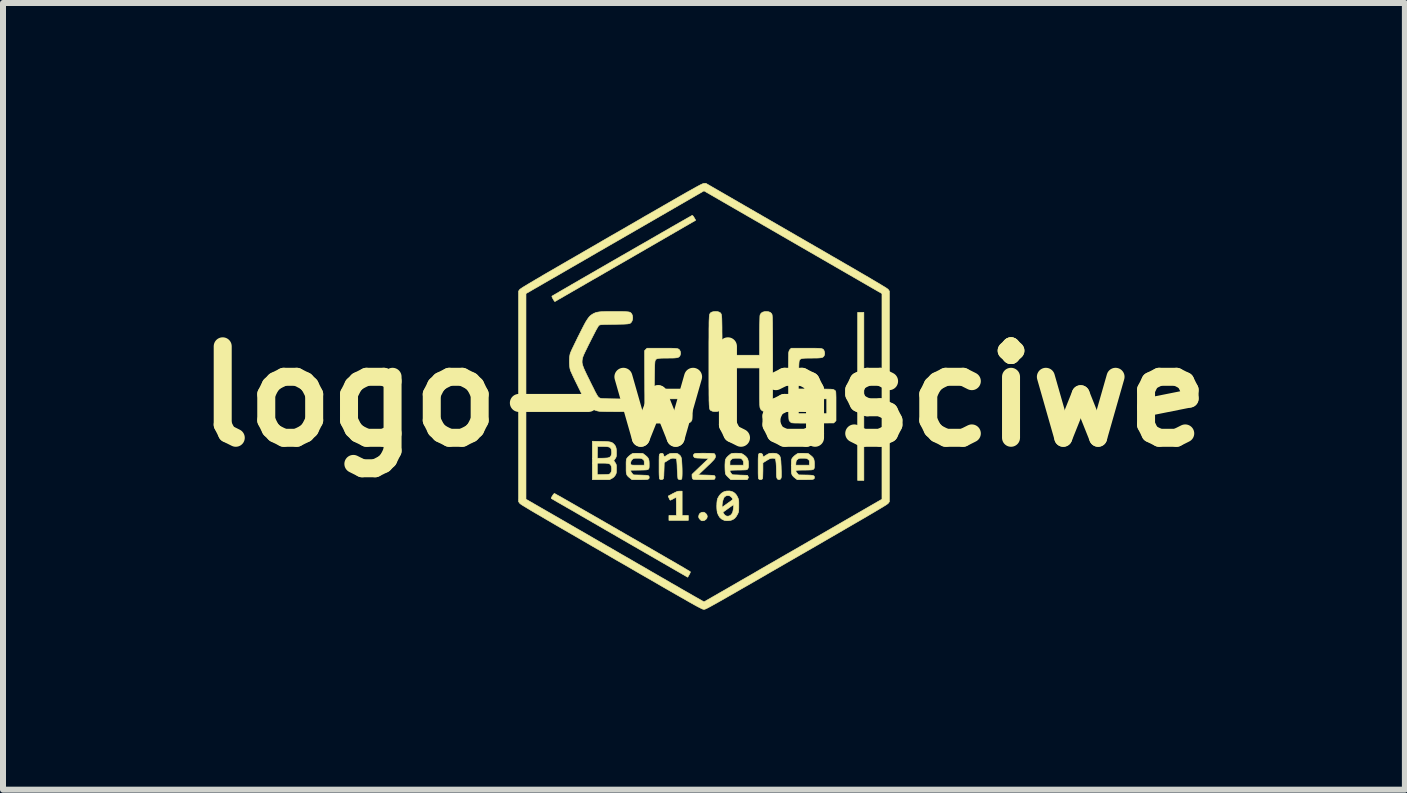
<source format=kicad_pcb>
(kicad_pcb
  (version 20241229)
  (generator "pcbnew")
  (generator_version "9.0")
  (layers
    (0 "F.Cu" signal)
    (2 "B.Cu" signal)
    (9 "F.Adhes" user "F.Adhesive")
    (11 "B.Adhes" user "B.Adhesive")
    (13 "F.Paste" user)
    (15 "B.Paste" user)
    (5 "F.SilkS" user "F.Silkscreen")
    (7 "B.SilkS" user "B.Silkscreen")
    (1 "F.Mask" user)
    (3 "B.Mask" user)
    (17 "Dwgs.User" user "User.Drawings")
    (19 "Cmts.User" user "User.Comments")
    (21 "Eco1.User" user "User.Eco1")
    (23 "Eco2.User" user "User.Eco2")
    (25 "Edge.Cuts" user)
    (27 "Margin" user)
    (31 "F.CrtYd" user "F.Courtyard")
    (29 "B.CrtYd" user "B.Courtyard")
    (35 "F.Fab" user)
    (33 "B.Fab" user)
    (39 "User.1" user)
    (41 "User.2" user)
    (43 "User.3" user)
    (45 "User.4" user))
  (footprint "logo-wlasciwe"
    (layer "F.Cu")
    (at 8.68 3.555)
    (property "Reference" "logo-wlasciwe" (at 0 0 0) (layer "F.SilkS") (effects (font (size 1.524 1.524) (thickness 0.3))))
    (attr through_hole)
    (fp_poly (pts (xy 2.664 1.4) (xy 2.561 1.4) (xy 2.561 -1.4) (xy 2.664 -1.4) (xy 2.664 1.4)) (stroke (width 0.01) (type solid)) (fill yes) (layer "F.SilkS"))
    (fp_poly (pts (xy 0.01 1.935) (xy 0.031 1.951) (xy 0.048 1.973) (xy 0.055 1.997) (xy 0.055 2) (xy 0.049 2.028) (xy 0.031 2.051) (xy 0.006 2.067) (xy -0.012 2.071) (xy -0.03 2.072) (xy -0.044 2.069) (xy -0.058 2.058) (xy -0.065 2.051) (xy -0.082 2.03) (xy -0.089 2.01) (xy -0.089 2.005) (xy -0.083 1.973) (xy -0.067 1.948) (xy -0.041 1.933) (xy -0.013 1.929) (xy 0.01 1.935)) (stroke (width 0.01) (type solid)) (fill yes) (layer "F.SilkS"))
    (fp_poly (pts (xy -0.364 1.984) (xy -0.261 1.984) (xy -0.261 2.066) (xy -0.584 2.066) (xy -0.584 1.984) (xy -0.46 1.984) (xy -0.46 1.833) (xy -0.46 1.789) (xy -0.461 1.75) (xy -0.462 1.718) (xy -0.463 1.695) (xy -0.464 1.683) (xy -0.464 1.682) (xy -0.472 1.685) (xy -0.489 1.693) (xy -0.51 1.705) (xy -0.512 1.706) (xy -0.534 1.718) (xy -0.552 1.726) (xy -0.561 1.73) (xy -0.561 1.73) (xy -0.567 1.724) (xy -0.576 1.709) (xy -0.582 1.696) (xy -0.596 1.661) (xy -0.52 1.62) (xy -0.486 1.603) (xy -0.462 1.591) (xy -0.443 1.584) (xy -0.426 1.58) (xy -0.409 1.579) (xy -0.403 1.579) (xy -0.364 1.579) (xy -0.364 1.984)) (stroke (width 0.01) (type solid)) (fill yes) (layer "F.SilkS"))
    (fp_poly (pts (xy -2.484 1.621) (xy -2.466 1.631) (xy -2.438 1.647) (xy -2.399 1.668) (xy -2.352 1.695) (xy -2.296 1.727) (xy -2.233 1.763) (xy -2.163 1.803) (xy -2.087 1.847) (xy -2.005 1.894) (xy -1.918 1.944) (xy -1.827 1.996) (xy -1.733 2.05) (xy -1.636 2.106) (xy -1.538 2.162) (xy -1.438 2.22) (xy -1.337 2.278) (xy -1.237 2.336) (xy -1.137 2.393) (xy -1.039 2.45) (xy -0.943 2.505) (xy -0.851 2.558) (xy -0.762 2.61) (xy -0.677 2.659) (xy -0.598 2.705) (xy -0.524 2.747) (xy -0.457 2.786) (xy -0.397 2.821) (xy -0.345 2.851) (xy -0.302 2.877) (xy -0.268 2.897) (xy -0.244 2.911) (xy -0.231 2.919) (xy -0.229 2.92) (xy -0.227 2.928) (xy -0.232 2.943) (xy -0.244 2.966) (xy -0.246 2.97) (xy -0.271 3.013) (xy -1.401 2.361) (xy -1.516 2.294) (xy -1.628 2.23) (xy -1.736 2.167) (xy -1.84 2.107) (xy -1.939 2.05) (xy -2.033 1.996) (xy -2.12 1.945) (xy -2.201 1.898) (xy -2.275 1.856) (xy -2.341 1.818) (xy -2.398 1.785) (xy -2.447 1.757) (xy -2.486 1.734) (xy -2.515 1.717) (xy -2.533 1.707) (xy -2.54 1.703) (xy -2.544 1.698) (xy -2.542 1.688) (xy -2.534 1.671) (xy -2.525 1.657) (xy -2.512 1.636) (xy -2.499 1.622) (xy -2.491 1.617) (xy -2.484 1.621)) (stroke (width 0.01) (type solid)) (fill yes) (layer "F.SilkS"))
    (fp_poly (pts (xy -0.187 -3.011) (xy -0.175 -2.997) (xy -0.162 -2.976) (xy -0.162 -2.976) (xy -0.138 -2.935) (xy -1.309 -2.258) (xy -1.426 -2.191) (xy -1.54 -2.125) (xy -1.651 -2.061) (xy -1.756 -2) (xy -1.858 -1.942) (xy -1.953 -1.887) (xy -2.043 -1.835) (xy -2.126 -1.787) (xy -2.201 -1.744) (xy -2.27 -1.704) (xy -2.329 -1.67) (xy -2.38 -1.64) (xy -2.422 -1.617) (xy -2.453 -1.598) (xy -2.474 -1.586) (xy -2.484 -1.581) (xy -2.485 -1.581) (xy -2.49 -1.585) (xy -2.5 -1.599) (xy -2.512 -1.619) (xy -2.514 -1.622) (xy -2.525 -1.643) (xy -2.533 -1.66) (xy -2.534 -1.669) (xy -2.534 -1.669) (xy -2.527 -1.674) (xy -2.51 -1.684) (xy -2.481 -1.701) (xy -2.443 -1.723) (xy -2.396 -1.751) (xy -2.34 -1.783) (xy -2.276 -1.82) (xy -2.206 -1.861) (xy -2.129 -1.905) (xy -2.047 -1.953) (xy -1.96 -2.003) (xy -1.868 -2.056) (xy -1.773 -2.111) (xy -1.675 -2.167) (xy -1.575 -2.225) (xy -1.474 -2.283) (xy -1.372 -2.342) (xy -1.269 -2.401) (xy -1.168 -2.459) (xy -1.068 -2.517) (xy -0.969 -2.573) (xy -0.874 -2.628) (xy -0.782 -2.681) (xy -0.694 -2.732) (xy -0.611 -2.779) (xy -0.534 -2.824) (xy -0.462 -2.865) (xy -0.398 -2.902) (xy -0.341 -2.934) (xy -0.292 -2.962) (xy -0.253 -2.984) (xy -0.223 -3.001) (xy -0.204 -3.012) (xy -0.195 -3.016) (xy -0.195 -3.016) (xy -0.187 -3.011)) (stroke (width 0.01) (type solid)) (fill yes) (layer "F.SilkS"))
    (fp_poly (pts (xy 0.052 0.948) (xy 0.095 0.948) (xy 0.13 0.95) (xy 0.156 0.952) (xy 0.17 0.954) (xy 0.172 0.954) (xy 0.182 0.965) (xy 0.189 0.982) (xy 0.191 0.996) (xy 0.19 1.009) (xy 0.186 1.023) (xy 0.177 1.039) (xy 0.162 1.058) (xy 0.14 1.081) (xy 0.111 1.111) (xy 0.073 1.147) (xy 0.041 1.178) (xy -0.096 1.308) (xy 0.037 1.311) (xy 0.093 1.313) (xy 0.135 1.315) (xy 0.163 1.318) (xy 0.177 1.322) (xy 0.179 1.323) (xy 0.186 1.338) (xy 0.186 1.357) (xy 0.18 1.375) (xy 0.179 1.376) (xy 0.174 1.38) (xy 0.165 1.382) (xy 0.151 1.384) (xy 0.129 1.385) (xy 0.099 1.386) (xy 0.058 1.387) (xy 0.006 1.387) (xy -0.003 1.387) (xy -0.057 1.387) (xy -0.098 1.386) (xy -0.129 1.386) (xy -0.152 1.385) (xy -0.167 1.383) (xy -0.177 1.381) (xy -0.184 1.378) (xy -0.188 1.374) (xy -0.196 1.357) (xy -0.199 1.33) (xy -0.199 1.299) (xy -0.06 1.166) (xy 0.08 1.033) (xy -0.036 1.03) (xy -0.079 1.028) (xy -0.11 1.027) (xy -0.131 1.025) (xy -0.146 1.023) (xy -0.155 1.02) (xy -0.161 1.015) (xy -0.165 1.01) (xy -0.177 0.991) (xy -0.176 0.976) (xy -0.165 0.961) (xy -0.16 0.957) (xy -0.153 0.953) (xy -0.143 0.951) (xy -0.128 0.949) (xy -0.105 0.948) (xy -0.074 0.948) (xy -0.033 0.947) (xy 0.004 0.947) (xy 0.052 0.948)) (stroke (width 0.01) (type solid)) (fill yes) (layer "F.SilkS"))
    (fp_poly (pts (xy -0.686 0.952) (xy -0.682 0.956) (xy -0.676 0.968) (xy -0.669 0.986) (xy -0.669 0.987) (xy -0.662 1.009) (xy -0.618 0.98) (xy -0.596 0.966) (xy -0.578 0.957) (xy -0.561 0.952) (xy -0.539 0.95) (xy -0.511 0.949) (xy -0.481 0.948) (xy -0.46 0.949) (xy -0.446 0.952) (xy -0.433 0.958) (xy -0.426 0.962) (xy -0.406 0.978) (xy -0.391 0.994) (xy -0.382 1.012) (xy -0.375 1.038) (xy -0.371 1.072) (xy -0.37 1.093) (xy -0.367 1.143) (xy -0.365 1.193) (xy -0.364 1.24) (xy -0.364 1.284) (xy -0.365 1.322) (xy -0.367 1.352) (xy -0.369 1.371) (xy -0.372 1.378) (xy -0.387 1.386) (xy -0.406 1.386) (xy -0.424 1.381) (xy -0.432 1.373) (xy -0.435 1.363) (xy -0.437 1.34) (xy -0.44 1.309) (xy -0.442 1.27) (xy -0.445 1.226) (xy -0.446 1.205) (xy -0.448 1.145) (xy -0.451 1.099) (xy -0.454 1.066) (xy -0.458 1.046) (xy -0.46 1.04) (xy -0.474 1.033) (xy -0.501 1.03) (xy -0.508 1.03) (xy -0.527 1.03) (xy -0.543 1.033) (xy -0.56 1.04) (xy -0.581 1.052) (xy -0.604 1.067) (xy -0.662 1.103) (xy -0.666 1.234) (xy -0.668 1.284) (xy -0.669 1.322) (xy -0.672 1.348) (xy -0.675 1.366) (xy -0.678 1.375) (xy -0.679 1.375) (xy -0.693 1.384) (xy -0.713 1.387) (xy -0.731 1.383) (xy -0.741 1.373) (xy -0.743 1.362) (xy -0.745 1.338) (xy -0.747 1.303) (xy -0.748 1.256) (xy -0.748 1.2) (xy -0.748 1.165) (xy -0.748 1.108) (xy -0.748 1.063) (xy -0.747 1.029) (xy -0.747 1.003) (xy -0.745 0.985) (xy -0.743 0.973) (xy -0.741 0.966) (xy -0.738 0.961) (xy -0.736 0.959) (xy -0.72 0.95) (xy -0.701 0.948) (xy -0.686 0.952)) (stroke (width 0.01) (type solid)) (fill yes) (layer "F.SilkS"))
    (fp_poly (pts (xy 1.179 0.948) (xy 1.204 0.952) (xy 1.224 0.959) (xy 1.242 0.972) (xy 1.251 0.98) (xy 1.26 0.99) (xy 1.267 1.003) (xy 1.273 1.021) (xy 1.277 1.044) (xy 1.281 1.075) (xy 1.283 1.116) (xy 1.286 1.168) (xy 1.287 1.21) (xy 1.289 1.259) (xy 1.289 1.296) (xy 1.289 1.323) (xy 1.288 1.343) (xy 1.286 1.356) (xy 1.283 1.365) (xy 1.28 1.37) (xy 1.268 1.383) (xy 1.251 1.386) (xy 1.247 1.385) (xy 1.232 1.382) (xy 1.222 1.373) (xy 1.214 1.357) (xy 1.21 1.331) (xy 1.208 1.295) (xy 1.208 1.273) (xy 1.207 1.214) (xy 1.205 1.16) (xy 1.202 1.115) (xy 1.198 1.078) (xy 1.194 1.052) (xy 1.189 1.038) (xy 1.187 1.036) (xy 1.175 1.033) (xy 1.155 1.03) (xy 1.141 1.03) (xy 1.124 1.031) (xy 1.108 1.034) (xy 1.09 1.041) (xy 1.067 1.054) (xy 1.044 1.068) (xy 0.982 1.107) (xy 0.982 1.233) (xy 0.981 1.278) (xy 0.98 1.317) (xy 0.979 1.347) (xy 0.976 1.367) (xy 0.975 1.373) (xy 0.962 1.383) (xy 0.944 1.387) (xy 0.925 1.384) (xy 0.912 1.375) (xy 0.909 1.369) (xy 0.907 1.358) (xy 0.905 1.34) (xy 0.904 1.313) (xy 0.903 1.277) (xy 0.903 1.231) (xy 0.903 1.172) (xy 0.903 1.167) (xy 0.903 1.106) (xy 0.903 1.058) (xy 0.904 1.021) (xy 0.906 0.993) (xy 0.909 0.973) (xy 0.913 0.96) (xy 0.918 0.952) (xy 0.925 0.949) (xy 0.935 0.947) (xy 0.941 0.947) (xy 0.963 0.953) (xy 0.978 0.969) (xy 0.982 0.989) (xy 0.983 1.003) (xy 0.984 1.009) (xy 0.991 1.006) (xy 1.007 0.997) (xy 1.028 0.984) (xy 1.037 0.978) (xy 1.062 0.963) (xy 1.081 0.954) (xy 1.098 0.949) (xy 1.119 0.948) (xy 1.145 0.947) (xy 1.179 0.948)) (stroke (width 0.01) (type solid)) (fill yes) (layer "F.SilkS"))
    (fp_poly (pts (xy -1.718 0.75) (xy -1.663 0.751) (xy -1.621 0.753) (xy -1.587 0.756) (xy -1.562 0.76) (xy -1.542 0.766) (xy -1.526 0.774) (xy -1.511 0.785) (xy -1.505 0.792) (xy -1.485 0.813) (xy -1.471 0.838) (xy -1.463 0.867) (xy -1.459 0.905) (xy -1.459 0.935) (xy -1.459 0.968) (xy -1.46 0.99) (xy -1.463 1.006) (xy -1.468 1.019) (xy -1.476 1.032) (xy -1.481 1.039) (xy -1.503 1.071) (xy -1.481 1.102) (xy -1.471 1.117) (xy -1.465 1.129) (xy -1.461 1.143) (xy -1.459 1.162) (xy -1.459 1.189) (xy -1.459 1.208) (xy -1.459 1.241) (xy -1.46 1.264) (xy -1.463 1.281) (xy -1.468 1.295) (xy -1.476 1.309) (xy -1.479 1.315) (xy -1.501 1.343) (xy -1.53 1.364) (xy -1.537 1.368) (xy -1.574 1.387) (xy -1.86 1.387) (xy -1.86 1.305) (xy -1.778 1.305) (xy -1.679 1.303) (xy -1.64 1.302) (xy -1.612 1.301) (xy -1.593 1.299) (xy -1.581 1.296) (xy -1.572 1.292) (xy -1.564 1.286) (xy -1.561 1.282) (xy -1.547 1.261) (xy -1.539 1.23) (xy -1.538 1.197) (xy -1.544 1.165) (xy -1.545 1.164) (xy -1.553 1.145) (xy -1.564 1.131) (xy -1.581 1.122) (xy -1.605 1.116) (xy -1.639 1.113) (xy -1.684 1.112) (xy -1.687 1.112) (xy -1.778 1.112) (xy -1.778 1.305) (xy -1.86 1.305) (xy -1.86 1.03) (xy -1.778 1.03) (xy -1.698 1.03) (xy -1.663 1.029) (xy -1.63 1.027) (xy -1.604 1.025) (xy -1.591 1.022) (xy -1.564 1.009) (xy -1.547 0.985) (xy -1.538 0.951) (xy -1.538 0.935) (xy -1.54 0.909) (xy -1.544 0.885) (xy -1.547 0.876) (xy -1.556 0.861) (xy -1.569 0.849) (xy -1.589 0.842) (xy -1.616 0.837) (xy -1.654 0.835) (xy -1.689 0.834) (xy -1.775 0.834) (xy -1.776 0.932) (xy -1.778 1.03) (xy -1.86 1.03) (xy -1.86 0.747) (xy -1.718 0.75)) (stroke (width 0.01) (type solid)) (fill yes) (layer "F.SilkS"))
    (fp_poly (pts (xy 0.442 1.579) (xy 0.483 1.592) (xy 0.516 1.615) (xy 0.544 1.648) (xy 0.557 1.673) (xy 0.566 1.691) (xy 0.572 1.707) (xy 0.576 1.722) (xy 0.579 1.739) (xy 0.58 1.763) (xy 0.58 1.796) (xy 0.58 1.819) (xy 0.58 1.859) (xy 0.579 1.887) (xy 0.578 1.909) (xy 0.575 1.925) (xy 0.57 1.94) (xy 0.563 1.956) (xy 0.561 1.96) (xy 0.538 2) (xy 0.513 2.03) (xy 0.482 2.052) (xy 0.477 2.054) (xy 0.447 2.065) (xy 0.41 2.07) (xy 0.373 2.071) (xy 0.341 2.066) (xy 0.335 2.064) (xy 0.293 2.043) (xy 0.261 2.013) (xy 0.237 1.973) (xy 0.223 1.933) (xy 0.222 1.93) (xy 0.316 1.93) (xy 0.325 1.948) (xy 0.346 1.977) (xy 0.372 1.993) (xy 0.401 1.997) (xy 0.432 1.987) (xy 0.438 1.984) (xy 0.458 1.965) (xy 0.474 1.94) (xy 0.474 1.94) (xy 0.48 1.923) (xy 0.485 1.899) (xy 0.49 1.873) (xy 0.493 1.847) (xy 0.495 1.825) (xy 0.494 1.81) (xy 0.492 1.805) (xy 0.485 1.809) (xy 0.469 1.82) (xy 0.446 1.836) (xy 0.418 1.856) (xy 0.402 1.868) (xy 0.316 1.93) (xy 0.222 1.93) (xy 0.217 1.901) (xy 0.214 1.862) (xy 0.213 1.819) (xy 0.214 1.814) (xy 0.302 1.814) (xy 0.302 1.848) (xy 0.348 1.815) (xy 0.377 1.794) (xy 0.409 1.771) (xy 0.436 1.752) (xy 0.456 1.737) (xy 0.471 1.725) (xy 0.479 1.718) (xy 0.479 1.717) (xy 0.477 1.706) (xy 0.467 1.69) (xy 0.452 1.674) (xy 0.435 1.661) (xy 0.428 1.657) (xy 0.397 1.651) (xy 0.368 1.657) (xy 0.343 1.673) (xy 0.337 1.681) (xy 0.324 1.705) (xy 0.314 1.738) (xy 0.306 1.774) (xy 0.302 1.809) (xy 0.302 1.814) (xy 0.214 1.814) (xy 0.215 1.777) (xy 0.219 1.738) (xy 0.226 1.708) (xy 0.229 1.699) (xy 0.256 1.652) (xy 0.29 1.615) (xy 0.33 1.59) (xy 0.375 1.577) (xy 0.424 1.576) (xy 0.442 1.579)) (stroke (width 0.01) (type solid)) (fill yes) (layer "F.SilkS"))
    (fp_poly (pts (xy 0.577 0.948) (xy 0.601 0.949) (xy 0.618 0.951) (xy 0.632 0.955) (xy 0.645 0.962) (xy 0.653 0.967) (xy 0.688 0.992) (xy 0.713 1.017) (xy 0.729 1.044) (xy 0.738 1.078) (xy 0.741 1.122) (xy 0.741 1.137) (xy 0.741 1.168) (xy 0.738 1.188) (xy 0.733 1.202) (xy 0.728 1.209) (xy 0.723 1.215) (xy 0.718 1.219) (xy 0.709 1.222) (xy 0.696 1.224) (xy 0.677 1.225) (xy 0.648 1.226) (xy 0.61 1.227) (xy 0.574 1.227) (xy 0.526 1.228) (xy 0.491 1.229) (xy 0.466 1.23) (xy 0.449 1.231) (xy 0.439 1.233) (xy 0.434 1.236) (xy 0.433 1.24) (xy 0.432 1.245) (xy 0.437 1.257) (xy 0.447 1.274) (xy 0.46 1.292) (xy 0.472 1.304) (xy 0.475 1.305) (xy 0.482 1.306) (xy 0.501 1.307) (xy 0.529 1.308) (xy 0.564 1.309) (xy 0.6 1.311) (xy 0.724 1.315) (xy 0.734 1.333) (xy 0.74 1.347) (xy 0.738 1.359) (xy 0.732 1.369) (xy 0.72 1.387) (xy 0.447 1.387) (xy 0.408 1.351) (xy 0.387 1.33) (xy 0.37 1.31) (xy 0.36 1.294) (xy 0.359 1.293) (xy 0.356 1.276) (xy 0.353 1.249) (xy 0.351 1.215) (xy 0.35 1.178) (xy 0.35 1.146) (xy 0.432 1.146) (xy 0.659 1.146) (xy 0.659 1.111) (xy 0.658 1.087) (xy 0.652 1.071) (xy 0.64 1.056) (xy 0.637 1.052) (xy 0.627 1.042) (xy 0.617 1.035) (xy 0.605 1.032) (xy 0.588 1.03) (xy 0.561 1.03) (xy 0.549 1.03) (xy 0.517 1.03) (xy 0.495 1.032) (xy 0.48 1.035) (xy 0.469 1.041) (xy 0.463 1.045) (xy 0.446 1.059) (xy 0.437 1.071) (xy 0.433 1.086) (xy 0.433 1.11) (xy 0.432 1.146) (xy 0.35 1.146) (xy 0.35 1.14) (xy 0.352 1.104) (xy 0.354 1.075) (xy 0.357 1.056) (xy 0.372 1.027) (xy 0.4 0.996) (xy 0.435 0.967) (xy 0.447 0.958) (xy 0.459 0.953) (xy 0.472 0.95) (xy 0.491 0.948) (xy 0.519 0.947) (xy 0.542 0.947) (xy 0.577 0.948)) (stroke (width 0.01) (type solid)) (fill yes) (layer "F.SilkS"))
    (fp_poly (pts (xy -1.093 0.948) (xy -1.018 0.951) (xy -0.977 0.982) (xy -0.951 1.004) (xy -0.933 1.025) (xy -0.921 1.048) (xy -0.915 1.076) (xy -0.913 1.113) (xy -0.913 1.13) (xy -0.913 1.16) (xy -0.914 1.183) (xy -0.917 1.199) (xy -0.924 1.211) (xy -0.937 1.219) (xy -0.957 1.224) (xy -0.986 1.226) (xy -1.026 1.227) (xy -1.077 1.228) (xy -1.078 1.228) (xy -1.223 1.23) (xy -1.219 1.248) (xy -1.211 1.265) (xy -1.197 1.283) (xy -1.194 1.287) (xy -1.174 1.308) (xy -1.05 1.311) (xy -1.003 1.313) (xy -0.969 1.314) (xy -0.945 1.317) (xy -0.929 1.321) (xy -0.919 1.326) (xy -0.915 1.334) (xy -0.913 1.344) (xy -0.913 1.35) (xy -0.914 1.362) (xy -0.918 1.371) (xy -0.926 1.377) (xy -0.94 1.382) (xy -0.963 1.385) (xy -0.994 1.386) (xy -1.037 1.387) (xy -1.067 1.387) (xy -1.2 1.387) (xy -1.235 1.359) (xy -1.256 1.342) (xy -1.272 1.326) (xy -1.283 1.311) (xy -1.29 1.292) (xy -1.295 1.268) (xy -1.297 1.237) (xy -1.297 1.195) (xy -1.297 1.17) (xy -1.297 1.127) (xy -1.297 1.114) (xy -1.222 1.114) (xy -1.222 1.127) (xy -1.218 1.136) (xy -1.208 1.142) (xy -1.19 1.145) (xy -1.163 1.146) (xy -1.125 1.146) (xy -0.995 1.146) (xy -0.995 1.106) (xy -0.996 1.083) (xy -0.999 1.068) (xy -1.007 1.058) (xy -1.019 1.048) (xy -1.031 1.039) (xy -1.044 1.034) (xy -1.06 1.031) (xy -1.083 1.03) (xy -1.107 1.03) (xy -1.137 1.03) (xy -1.158 1.031) (xy -1.172 1.035) (xy -1.183 1.041) (xy -1.193 1.049) (xy -1.211 1.068) (xy -1.219 1.093) (xy -1.22 1.096) (xy -1.222 1.114) (xy -1.297 1.114) (xy -1.297 1.095) (xy -1.295 1.071) (xy -1.293 1.055) (xy -1.29 1.043) (xy -1.285 1.034) (xy -1.284 1.032) (xy -1.27 1.014) (xy -1.249 0.994) (xy -1.226 0.975) (xy -1.203 0.959) (xy -1.185 0.95) (xy -1.184 0.95) (xy -1.171 0.949) (xy -1.147 0.948) (xy -1.117 0.948) (xy -1.093 0.948)) (stroke (width 0.01) (type solid)) (fill yes) (layer "F.SilkS"))
    (fp_poly (pts (xy 1.66 0.948) (xy 1.735 0.951) (xy 1.776 0.982) (xy 1.802 1.004) (xy 1.82 1.025) (xy 1.831 1.048) (xy 1.837 1.076) (xy 1.84 1.113) (xy 1.84 1.13) (xy 1.84 1.16) (xy 1.839 1.183) (xy 1.836 1.2) (xy 1.829 1.211) (xy 1.816 1.219) (xy 1.796 1.224) (xy 1.766 1.226) (xy 1.727 1.227) (xy 1.676 1.228) (xy 1.628 1.228) (xy 1.591 1.229) (xy 1.566 1.23) (xy 1.548 1.232) (xy 1.538 1.234) (xy 1.533 1.237) (xy 1.531 1.24) (xy 1.531 1.243) (xy 1.535 1.256) (xy 1.547 1.273) (xy 1.554 1.282) (xy 1.578 1.308) (xy 1.697 1.31) (xy 1.745 1.311) (xy 1.781 1.313) (xy 1.807 1.316) (xy 1.824 1.321) (xy 1.834 1.327) (xy 1.839 1.337) (xy 1.84 1.349) (xy 1.84 1.35) (xy 1.839 1.362) (xy 1.835 1.371) (xy 1.827 1.377) (xy 1.813 1.382) (xy 1.791 1.385) (xy 1.76 1.386) (xy 1.717 1.387) (xy 1.685 1.387) (xy 1.553 1.387) (xy 1.517 1.359) (xy 1.496 1.342) (xy 1.481 1.326) (xy 1.47 1.311) (xy 1.462 1.292) (xy 1.458 1.268) (xy 1.456 1.237) (xy 1.455 1.195) (xy 1.455 1.17) (xy 1.455 1.146) (xy 1.529 1.146) (xy 1.757 1.146) (xy 1.757 1.106) (xy 1.757 1.083) (xy 1.754 1.068) (xy 1.746 1.058) (xy 1.734 1.048) (xy 1.721 1.039) (xy 1.709 1.034) (xy 1.693 1.031) (xy 1.67 1.03) (xy 1.646 1.03) (xy 1.615 1.03) (xy 1.595 1.031) (xy 1.581 1.035) (xy 1.57 1.041) (xy 1.559 1.049) (xy 1.545 1.062) (xy 1.537 1.076) (xy 1.533 1.096) (xy 1.532 1.107) (xy 1.529 1.146) (xy 1.455 1.146) (xy 1.456 1.127) (xy 1.456 1.095) (xy 1.457 1.071) (xy 1.46 1.055) (xy 1.463 1.043) (xy 1.468 1.034) (xy 1.469 1.032) (xy 1.483 1.014) (xy 1.503 0.994) (xy 1.527 0.975) (xy 1.55 0.959) (xy 1.568 0.95) (xy 1.569 0.95) (xy 1.582 0.949) (xy 1.605 0.948) (xy 1.635 0.948) (xy 1.66 0.948)) (stroke (width 0.01) (type solid)) (fill yes) (layer "F.SilkS"))
    (fp_poly (pts (xy 1.771 -0.803) (xy 1.828 -0.803) (xy 1.874 -0.802) (xy 1.909 -0.801) (xy 1.937 -0.799) (xy 1.958 -0.796) (xy 1.972 -0.792) (xy 1.983 -0.786) (xy 1.991 -0.779) (xy 1.997 -0.77) (xy 2.001 -0.762) (xy 2.009 -0.736) (xy 2.011 -0.707) (xy 2.004 -0.681) (xy 2 -0.674) (xy 1.991 -0.663) (xy 1.981 -0.654) (xy 1.966 -0.648) (xy 1.946 -0.644) (xy 1.919 -0.641) (xy 1.882 -0.639) (xy 1.835 -0.639) (xy 1.794 -0.638) (xy 1.737 -0.638) (xy 1.693 -0.637) (xy 1.659 -0.635) (xy 1.633 -0.631) (xy 1.615 -0.625) (xy 1.603 -0.618) (xy 1.594 -0.607) (xy 1.588 -0.597) (xy 1.586 -0.585) (xy 1.583 -0.559) (xy 1.581 -0.521) (xy 1.579 -0.47) (xy 1.577 -0.408) (xy 1.576 -0.352) (xy 1.571 -0.124) (xy 1.848 -0.124) (xy 1.916 -0.123) (xy 1.978 -0.123) (xy 2.033 -0.122) (xy 2.078 -0.121) (xy 2.114 -0.12) (xy 2.138 -0.118) (xy 2.149 -0.117) (xy 2.17 -0.108) (xy 2.186 -0.096) (xy 2.187 -0.095) (xy 2.191 -0.091) (xy 2.193 -0.085) (xy 2.196 -0.076) (xy 2.197 -0.063) (xy 2.198 -0.044) (xy 2.199 -0.018) (xy 2.2 0.017) (xy 2.2 0.061) (xy 2.2 0.117) (xy 2.2 0.162) (xy 2.2 0.405) (xy 2.162 0.443) (xy 1.817 0.444) (xy 1.735 0.445) (xy 1.665 0.445) (xy 1.607 0.445) (xy 1.56 0.444) (xy 1.523 0.444) (xy 1.495 0.443) (xy 1.475 0.441) (xy 1.462 0.44) (xy 1.456 0.438) (xy 1.44 0.426) (xy 1.425 0.41) (xy 1.425 0.41) (xy 1.422 0.406) (xy 1.42 0.402) (xy 1.418 0.396) (xy 1.417 0.388) (xy 1.415 0.376) (xy 1.414 0.361) (xy 1.413 0.34) (xy 1.412 0.313) (xy 1.411 0.279) (xy 1.411 0.237) (xy 1.41 0.186) (xy 1.41 0.125) (xy 1.409 0.054) (xy 1.409 0.041) (xy 1.572 0.041) (xy 1.572 0.288) (xy 2.046 0.288) (xy 2.046 0.041) (xy 1.572 0.041) (xy 1.409 0.041) (xy 1.409 -0.029) (xy 1.409 -0.125) (xy 1.409 -0.15) (xy 1.408 -0.236) (xy 1.408 -0.318) (xy 1.408 -0.397) (xy 1.408 -0.469) (xy 1.408 -0.535) (xy 1.409 -0.593) (xy 1.409 -0.643) (xy 1.41 -0.682) (xy 1.41 -0.71) (xy 1.411 -0.725) (xy 1.411 -0.727) (xy 1.417 -0.755) (xy 1.427 -0.775) (xy 1.435 -0.784) (xy 1.454 -0.803) (xy 1.702 -0.803) (xy 1.771 -0.803)) (stroke (width 0.01) (type solid)) (fill yes) (layer "F.SilkS"))
    (fp_poly (pts (xy -0.699 -0.803) (xy -0.631 -0.803) (xy -0.575 -0.803) (xy -0.531 -0.802) (xy -0.496 -0.801) (xy -0.469 -0.799) (xy -0.449 -0.797) (xy -0.434 -0.793) (xy -0.423 -0.788) (xy -0.415 -0.782) (xy -0.408 -0.774) (xy -0.403 -0.768) (xy -0.393 -0.744) (xy -0.39 -0.715) (xy -0.396 -0.688) (xy -0.402 -0.675) (xy -0.41 -0.664) (xy -0.421 -0.655) (xy -0.436 -0.649) (xy -0.456 -0.644) (xy -0.483 -0.641) (xy -0.519 -0.639) (xy -0.566 -0.639) (xy -0.608 -0.638) (xy -0.664 -0.638) (xy -0.708 -0.637) (xy -0.742 -0.635) (xy -0.767 -0.631) (xy -0.785 -0.626) (xy -0.798 -0.619) (xy -0.806 -0.609) (xy -0.813 -0.596) (xy -0.813 -0.596) (xy -0.816 -0.585) (xy -0.818 -0.567) (xy -0.82 -0.54) (xy -0.822 -0.504) (xy -0.823 -0.458) (xy -0.824 -0.399) (xy -0.825 -0.348) (xy -0.828 -0.124) (xy -0.55 -0.123) (xy -0.476 -0.123) (xy -0.414 -0.123) (xy -0.364 -0.122) (xy -0.324 -0.121) (xy -0.292 -0.119) (xy -0.268 -0.117) (xy -0.249 -0.113) (xy -0.236 -0.109) (xy -0.226 -0.104) (xy -0.218 -0.097) (xy -0.211 -0.089) (xy -0.21 -0.087) (xy -0.206 -0.081) (xy -0.203 -0.075) (xy -0.201 -0.066) (xy -0.199 -0.053) (xy -0.197 -0.035) (xy -0.197 -0.011) (xy -0.196 0.022) (xy -0.196 0.065) (xy -0.196 0.119) (xy -0.196 0.161) (xy -0.196 0.224) (xy -0.196 0.273) (xy -0.196 0.313) (xy -0.197 0.343) (xy -0.198 0.365) (xy -0.199 0.381) (xy -0.201 0.392) (xy -0.204 0.4) (xy -0.207 0.406) (xy -0.21 0.41) (xy -0.216 0.418) (xy -0.222 0.424) (xy -0.229 0.43) (xy -0.239 0.435) (xy -0.252 0.438) (xy -0.269 0.441) (xy -0.293 0.443) (xy -0.323 0.444) (xy -0.362 0.445) (xy -0.41 0.446) (xy -0.469 0.446) (xy -0.54 0.446) (xy -0.594 0.446) (xy -0.661 0.446) (xy -0.724 0.445) (xy -0.782 0.445) (xy -0.833 0.444) (xy -0.876 0.443) (xy -0.91 0.442) (xy -0.933 0.441) (xy -0.944 0.44) (xy -0.944 0.44) (xy -0.959 0.43) (xy -0.971 0.419) (xy -0.974 0.416) (xy -0.976 0.412) (xy -0.978 0.407) (xy -0.979 0.399) (xy -0.981 0.387) (xy -0.982 0.371) (xy -0.983 0.351) (xy -0.984 0.323) (xy -0.984 0.289) (xy -0.985 0.248) (xy -0.985 0.197) (xy -0.986 0.137) (xy -0.986 0.066) (xy -0.986 0.041) (xy -0.831 0.041) (xy -0.831 0.288) (xy -0.357 0.288) (xy -0.357 0.041) (xy -0.831 0.041) (xy -0.986 0.041) (xy -0.986 -0.016) (xy -0.987 -0.111) (xy -0.987 -0.18) (xy -0.989 -0.763) (xy -0.969 -0.783) (xy -0.948 -0.803) (xy -0.699 -0.803)) (stroke (width 0.01) (type solid)) (fill yes) (layer "F.SilkS"))
    (fp_poly (pts (xy 1.074 -1.411) (xy 1.103 -1.401) (xy 1.123 -1.383) (xy 1.131 -1.371) (xy 1.133 -1.367) (xy 1.134 -1.362) (xy 1.136 -1.354) (xy 1.137 -1.343) (xy 1.138 -1.329) (xy 1.14 -1.31) (xy 1.14 -1.286) (xy 1.141 -1.256) (xy 1.142 -1.219) (xy 1.142 -1.175) (xy 1.143 -1.122) (xy 1.143 -1.06) (xy 1.144 -0.989) (xy 1.144 -0.906) (xy 1.144 -0.812) (xy 1.145 -0.706) (xy 1.145 -0.595) (xy 1.145 -0.463) (xy 1.145 -0.343) (xy 1.145 -0.234) (xy 1.145 -0.137) (xy 1.145 -0.053) (xy 1.144 0.019) (xy 1.143 0.079) (xy 1.143 0.125) (xy 1.142 0.159) (xy 1.141 0.179) (xy 1.14 0.185) (xy 1.13 0.206) (xy 1.115 0.227) (xy 1.112 0.23) (xy 1.098 0.242) (xy 1.082 0.248) (xy 1.06 0.252) (xy 1.048 0.253) (xy 1.006 0.252) (xy 0.975 0.242) (xy 0.952 0.223) (xy 0.94 0.203) (xy 0.937 0.196) (xy 0.934 0.187) (xy 0.932 0.176) (xy 0.931 0.161) (xy 0.929 0.142) (xy 0.929 0.116) (xy 0.928 0.082) (xy 0.927 0.04) (xy 0.927 -0.012) (xy 0.927 -0.076) (xy 0.927 -0.149) (xy 0.927 -0.474) (xy 0.303 -0.474) (xy 0.301 -0.146) (xy 0.3 -0.067) (xy 0.3 -0.001) (xy 0.299 0.053) (xy 0.298 0.098) (xy 0.297 0.133) (xy 0.295 0.161) (xy 0.292 0.182) (xy 0.289 0.198) (xy 0.284 0.21) (xy 0.279 0.219) (xy 0.272 0.226) (xy 0.264 0.232) (xy 0.259 0.236) (xy 0.236 0.247) (xy 0.205 0.252) (xy 0.172 0.252) (xy 0.142 0.247) (xy 0.13 0.242) (xy 0.123 0.239) (xy 0.117 0.236) (xy 0.111 0.233) (xy 0.106 0.228) (xy 0.101 0.222) (xy 0.097 0.214) (xy 0.094 0.202) (xy 0.091 0.186) (xy 0.089 0.165) (xy 0.087 0.139) (xy 0.086 0.107) (xy 0.084 0.067) (xy 0.084 0.02) (xy 0.083 -0.036) (xy 0.083 -0.101) (xy 0.082 -0.176) (xy 0.082 -0.262) (xy 0.082 -0.36) (xy 0.082 -0.469) (xy 0.082 -0.579) (xy 0.082 -0.699) (xy 0.082 -0.807) (xy 0.082 -0.902) (xy 0.083 -0.986) (xy 0.083 -1.06) (xy 0.083 -1.123) (xy 0.084 -1.178) (xy 0.084 -1.224) (xy 0.085 -1.262) (xy 0.087 -1.294) (xy 0.088 -1.319) (xy 0.09 -1.339) (xy 0.092 -1.355) (xy 0.095 -1.367) (xy 0.098 -1.375) (xy 0.102 -1.382) (xy 0.106 -1.387) (xy 0.11 -1.392) (xy 0.115 -1.396) (xy 0.116 -1.397) (xy 0.134 -1.406) (xy 0.161 -1.412) (xy 0.191 -1.414) (xy 0.222 -1.413) (xy 0.247 -1.407) (xy 0.253 -1.404) (xy 0.263 -1.399) (xy 0.271 -1.394) (xy 0.278 -1.387) (xy 0.284 -1.378) (xy 0.289 -1.365) (xy 0.292 -1.348) (xy 0.295 -1.325) (xy 0.297 -1.294) (xy 0.298 -1.255) (xy 0.299 -1.207) (xy 0.3 -1.149) (xy 0.3 -1.079) (xy 0.301 -1.018) (xy 0.303 -0.686) (xy 0.927 -0.686) (xy 0.927 -1.011) (xy 0.927 -1.095) (xy 0.928 -1.167) (xy 0.929 -1.226) (xy 0.93 -1.273) (xy 0.931 -1.31) (xy 0.932 -1.336) (xy 0.934 -1.353) (xy 0.936 -1.359) (xy 0.952 -1.386) (xy 0.978 -1.404) (xy 1.014 -1.413) (xy 1.035 -1.414) (xy 1.074 -1.411)) (stroke (width 0.01) (type solid)) (fill yes) (layer "F.SilkS"))
    (fp_poly (pts (xy -1.43 -1.414) (xy -1.374 -1.414) (xy -1.33 -1.413) (xy -1.295 -1.411) (xy -1.268 -1.409) (xy -1.247 -1.406) (xy -1.232 -1.401) (xy -1.221 -1.394) (xy -1.213 -1.386) (xy -1.206 -1.376) (xy -1.201 -1.37) (xy -1.191 -1.342) (xy -1.187 -1.308) (xy -1.192 -1.275) (xy -1.201 -1.251) (xy -1.208 -1.24) (xy -1.216 -1.23) (xy -1.224 -1.222) (xy -1.235 -1.216) (xy -1.25 -1.212) (xy -1.271 -1.208) (xy -1.298 -1.206) (xy -1.334 -1.204) (xy -1.38 -1.203) (xy -1.436 -1.202) (xy -1.491 -1.201) (xy -1.554 -1.2) (xy -1.606 -1.199) (xy -1.646 -1.199) (xy -1.678 -1.197) (xy -1.701 -1.196) (xy -1.718 -1.194) (xy -1.73 -1.192) (xy -1.738 -1.19) (xy -1.745 -1.186) (xy -1.748 -1.184) (xy -1.756 -1.176) (xy -1.766 -1.161) (xy -1.78 -1.137) (xy -1.799 -1.104) (xy -1.821 -1.061) (xy -1.849 -1.007) (xy -1.882 -0.942) (xy -1.893 -0.92) (xy -1.926 -0.855) (xy -1.952 -0.801) (xy -1.974 -0.757) (xy -1.991 -0.721) (xy -2.004 -0.693) (xy -2.013 -0.67) (xy -2.02 -0.651) (xy -2.024 -0.635) (xy -2.027 -0.622) (xy -2.03 -0.602) (xy -2.031 -0.583) (xy -2.031 -0.564) (xy -2.028 -0.544) (xy -2.022 -0.522) (xy -2.013 -0.495) (xy -2.001 -0.464) (xy -1.984 -0.426) (xy -1.962 -0.379) (xy -1.935 -0.324) (xy -1.902 -0.258) (xy -1.896 -0.244) (xy -1.865 -0.182) (xy -1.839 -0.131) (xy -1.819 -0.089) (xy -1.802 -0.057) (xy -1.788 -0.032) (xy -1.777 -0.013) (xy -1.768 0.000093) (xy -1.761 0.009) (xy -1.754 0.016) (xy -1.747 0.021) (xy -1.746 0.021) (xy -1.739 0.026) (xy -1.731 0.029) (xy -1.723 0.032) (xy -1.711 0.034) (xy -1.694 0.036) (xy -1.671 0.037) (xy -1.641 0.038) (xy -1.602 0.039) (xy -1.552 0.04) (xy -1.49 0.041) (xy -1.483 0.041) (xy -1.417 0.042) (xy -1.364 0.043) (xy -1.321 0.044) (xy -1.288 0.046) (xy -1.263 0.048) (xy -1.244 0.052) (xy -1.23 0.056) (xy -1.221 0.062) (xy -1.213 0.069) (xy -1.206 0.079) (xy -1.2 0.087) (xy -1.19 0.113) (xy -1.187 0.145) (xy -1.191 0.177) (xy -1.202 0.205) (xy -1.203 0.207) (xy -1.212 0.219) (xy -1.22 0.228) (xy -1.23 0.236) (xy -1.243 0.242) (xy -1.26 0.247) (xy -1.283 0.25) (xy -1.313 0.252) (xy -1.351 0.253) (xy -1.4 0.254) (xy -1.46 0.254) (xy -1.5 0.254) (xy -1.566 0.253) (xy -1.619 0.253) (xy -1.662 0.252) (xy -1.696 0.251) (xy -1.723 0.25) (xy -1.744 0.248) (xy -1.761 0.245) (xy -1.776 0.242) (xy -1.778 0.242) (xy -1.827 0.225) (xy -1.87 0.2) (xy -1.91 0.166) (xy -1.925 0.149) (xy -1.936 0.137) (xy -1.947 0.123) (xy -1.958 0.107) (xy -1.97 0.086) (xy -1.985 0.059) (xy -2.003 0.026) (xy -2.024 -0.015) (xy -2.049 -0.065) (xy -2.079 -0.127) (xy -2.088 -0.144) (xy -2.115 -0.2) (xy -2.142 -0.254) (xy -2.166 -0.304) (xy -2.187 -0.348) (xy -2.204 -0.386) (xy -2.217 -0.414) (xy -2.225 -0.433) (xy -2.226 -0.436) (xy -2.234 -0.468) (xy -2.239 -0.509) (xy -2.242 -0.556) (xy -2.242 -0.605) (xy -2.24 -0.651) (xy -2.234 -0.692) (xy -2.228 -0.717) (xy -2.222 -0.732) (xy -2.211 -0.758) (xy -2.195 -0.793) (xy -2.174 -0.836) (xy -2.151 -0.884) (xy -2.125 -0.937) (xy -2.098 -0.993) (xy -2.086 -1.016) (xy -2.05 -1.088) (xy -2.019 -1.149) (xy -1.993 -1.199) (xy -1.97 -1.241) (xy -1.949 -1.274) (xy -1.931 -1.301) (xy -1.914 -1.323) (xy -1.898 -1.34) (xy -1.881 -1.354) (xy -1.864 -1.366) (xy -1.849 -1.375) (xy -1.83 -1.385) (xy -1.811 -1.393) (xy -1.792 -1.399) (xy -1.77 -1.404) (xy -1.745 -1.408) (xy -1.714 -1.411) (xy -1.675 -1.412) (xy -1.628 -1.414) (xy -1.57 -1.414) (xy -1.5 -1.414) (xy -1.498 -1.414) (xy -1.43 -1.414)) (stroke (width 0.01) (type solid)) (fill yes) (layer "F.SilkS"))
    (fp_poly (pts (xy 1.542 -2.678) (xy 1.703 -2.585) (xy 1.854 -2.498) (xy 1.993 -2.418) (xy 2.121 -2.343) (xy 2.24 -2.275) (xy 2.348 -2.212) (xy 2.447 -2.155) (xy 2.537 -2.103) (xy 2.618 -2.055) (xy 2.691 -2.013) (xy 2.756 -1.975) (xy 2.813 -1.941) (xy 2.864 -1.911) (xy 2.908 -1.885) (xy 2.945 -1.863) (xy 2.977 -1.843) (xy 3.004 -1.827) (xy 3.025 -1.814) (xy 3.042 -1.803) (xy 3.054 -1.794) (xy 3.063 -1.788) (xy 3.069 -1.783) (xy 3.07 -1.781) (xy 3.089 -1.755) (xy 3.089 1.755) (xy 3.07 1.781) (xy 3.067 1.785) (xy 3.06 1.79) (xy 3.05 1.797) (xy 3.036 1.807) (xy 3.017 1.819) (xy 2.994 1.833) (xy 2.965 1.851) (xy 2.931 1.871) (xy 2.891 1.895) (xy 2.844 1.923) (xy 2.791 1.954) (xy 2.73 1.99) (xy 2.662 2.03) (xy 2.586 2.074) (xy 2.501 2.123) (xy 2.408 2.177) (xy 2.305 2.237) (xy 2.193 2.302) (xy 2.07 2.373) (xy 1.938 2.45) (xy 1.794 2.533) (xy 1.639 2.622) (xy 1.542 2.678) (xy 1.384 2.769) (xy 1.237 2.854) (xy 1.101 2.932) (xy 0.976 3.005) (xy 0.861 3.071) (xy 0.756 3.132) (xy 0.659 3.187) (xy 0.572 3.237) (xy 0.493 3.283) (xy 0.422 3.323) (xy 0.358 3.36) (xy 0.302 3.392) (xy 0.252 3.42) (xy 0.208 3.445) (xy 0.17 3.466) (xy 0.137 3.484) (xy 0.109 3.5) (xy 0.086 3.512) (xy 0.066 3.523) (xy 0.05 3.531) (xy 0.037 3.537) (xy 0.026 3.542) (xy 0.018 3.545) (xy 0.012 3.547) (xy 0.006 3.548) (xy 0.002 3.548) (xy -0.002 3.548) (xy -0.003 3.548) (xy -0.007 3.548) (xy -0.011 3.547) (xy -0.017 3.546) (xy -0.024 3.543) (xy -0.034 3.539) (xy -0.046 3.534) (xy -0.06 3.526) (xy -0.078 3.517) (xy -0.1 3.506) (xy -0.126 3.492) (xy -0.157 3.475) (xy -0.192 3.455) (xy -0.234 3.432) (xy -0.281 3.405) (xy -0.334 3.374) (xy -0.395 3.34) (xy -0.463 3.301) (xy -0.538 3.258) (xy -0.622 3.21) (xy -0.714 3.157) (xy -0.815 3.098) (xy -0.926 3.034) (xy -1.047 2.965) (xy -1.178 2.889) (xy -1.319 2.807) (xy -1.473 2.719) (xy -1.545 2.677) (xy -1.707 2.583) (xy -1.857 2.497) (xy -1.996 2.416) (xy -2.125 2.341) (xy -2.243 2.273) (xy -2.352 2.21) (xy -2.451 2.153) (xy -2.541 2.1) (xy -2.622 2.053) (xy -2.695 2.01) (xy -2.76 1.972) (xy -2.817 1.939) (xy -2.868 1.909) (xy -2.911 1.883) (xy -2.949 1.86) (xy -2.98 1.841) (xy -3.007 1.825) (xy -3.028 1.812) (xy -3.044 1.801) (xy -3.056 1.793) (xy -3.065 1.786) (xy -3.069 1.782) (xy -3.07 1.781) (xy -3.089 1.755) (xy -3.089 -1.713) (xy -2.966 -1.713) (xy -2.966 1.713) (xy -2.308 2.092) (xy -2.215 2.146) (xy -2.112 2.206) (xy -2 2.27) (xy -1.881 2.339) (xy -1.757 2.411) (xy -1.629 2.485) (xy -1.498 2.56) (xy -1.368 2.636) (xy -1.238 2.71) (xy -1.111 2.784) (xy -0.989 2.854) (xy -0.873 2.922) (xy -0.827 2.948) (xy -0.729 3.005) (xy -0.634 3.059) (xy -0.544 3.112) (xy -0.457 3.161) (xy -0.377 3.208) (xy -0.302 3.251) (xy -0.233 3.29) (xy -0.173 3.325) (xy -0.12 3.355) (xy -0.075 3.38) (xy -0.041 3.4) (xy -0.016 3.414) (xy -0.002 3.422) (xy 0.001 3.423) (xy 0.007 3.42) (xy 0.025 3.41) (xy 0.054 3.393) (xy 0.093 3.371) (xy 0.141 3.343) (xy 0.199 3.31) (xy 0.266 3.271) (xy 0.342 3.228) (xy 0.425 3.18) (xy 0.515 3.128) (xy 0.613 3.071) (xy 0.716 3.012) (xy 0.826 2.949) (xy 0.94 2.882) (xy 1.06 2.813) (xy 1.184 2.742) (xy 1.311 2.668) (xy 1.442 2.593) (xy 1.486 2.568) (xy 2.966 1.713) (xy 2.966 -1.713) (xy 0.000389 -3.425) (xy -1.392 -2.621) (xy -1.521 -2.547) (xy -1.647 -2.474) (xy -1.771 -2.403) (xy -1.891 -2.333) (xy -2.007 -2.266) (xy -2.118 -2.202) (xy -2.224 -2.141) (xy -2.324 -2.083) (xy -2.417 -2.029) (xy -2.504 -1.979) (xy -2.583 -1.934) (xy -2.654 -1.893) (xy -2.716 -1.857) (xy -2.769 -1.826) (xy -2.812 -1.802) (xy -2.845 -1.783) (xy -2.867 -1.77) (xy -2.875 -1.765) (xy -2.966 -1.713) (xy -3.089 -1.713) (xy -3.089 -1.754) (xy -3.072 -1.779) (xy -3.069 -1.782) (xy -3.063 -1.787) (xy -3.053 -1.794) (xy -3.04 -1.803) (xy -3.022 -1.815) (xy -3 -1.829) (xy -2.973 -1.845) (xy -2.94 -1.865) (xy -2.902 -1.888) (xy -2.857 -1.914) (xy -2.806 -1.945) (xy -2.747 -1.979) (xy -2.682 -2.018) (xy -2.608 -2.061) (xy -2.526 -2.108) (xy -2.435 -2.161) (xy -2.335 -2.219) (xy -2.226 -2.282) (xy -2.106 -2.351) (xy -1.977 -2.426) (xy -1.836 -2.507) (xy -1.685 -2.595) (xy -1.547 -2.675) (xy -1.388 -2.766) (xy -1.241 -2.851) (xy -1.104 -2.93) (xy -0.979 -3.003) (xy -0.863 -3.069) (xy -0.757 -3.13) (xy -0.66 -3.186) (xy -0.573 -3.236) (xy -0.493 -3.282) (xy -0.422 -3.323) (xy -0.358 -3.359) (xy -0.301 -3.392) (xy -0.251 -3.42) (xy -0.206 -3.445) (xy -0.168 -3.466) (xy -0.135 -3.485) (xy -0.107 -3.5) (xy -0.083 -3.513) (xy -0.064 -3.523) (xy -0.048 -3.531) (xy -0.035 -3.537) (xy -0.024 -3.542) (xy -0.016 -3.545) (xy -0.01 -3.547) (xy -0.005 -3.548) (xy -0.003 -3.548) (xy 0.032 -3.55) (xy 1.542 -2.678)) (stroke (width 0.01) (type solid)) (fill yes) (layer "F.SilkS")))
  (gr_rect
    (start -3 -3)
    (end 20.359 10.108)
    (stroke (width 0.1) (type default))
    (fill no)
    (layer "Edge.Cuts")))
</source>
